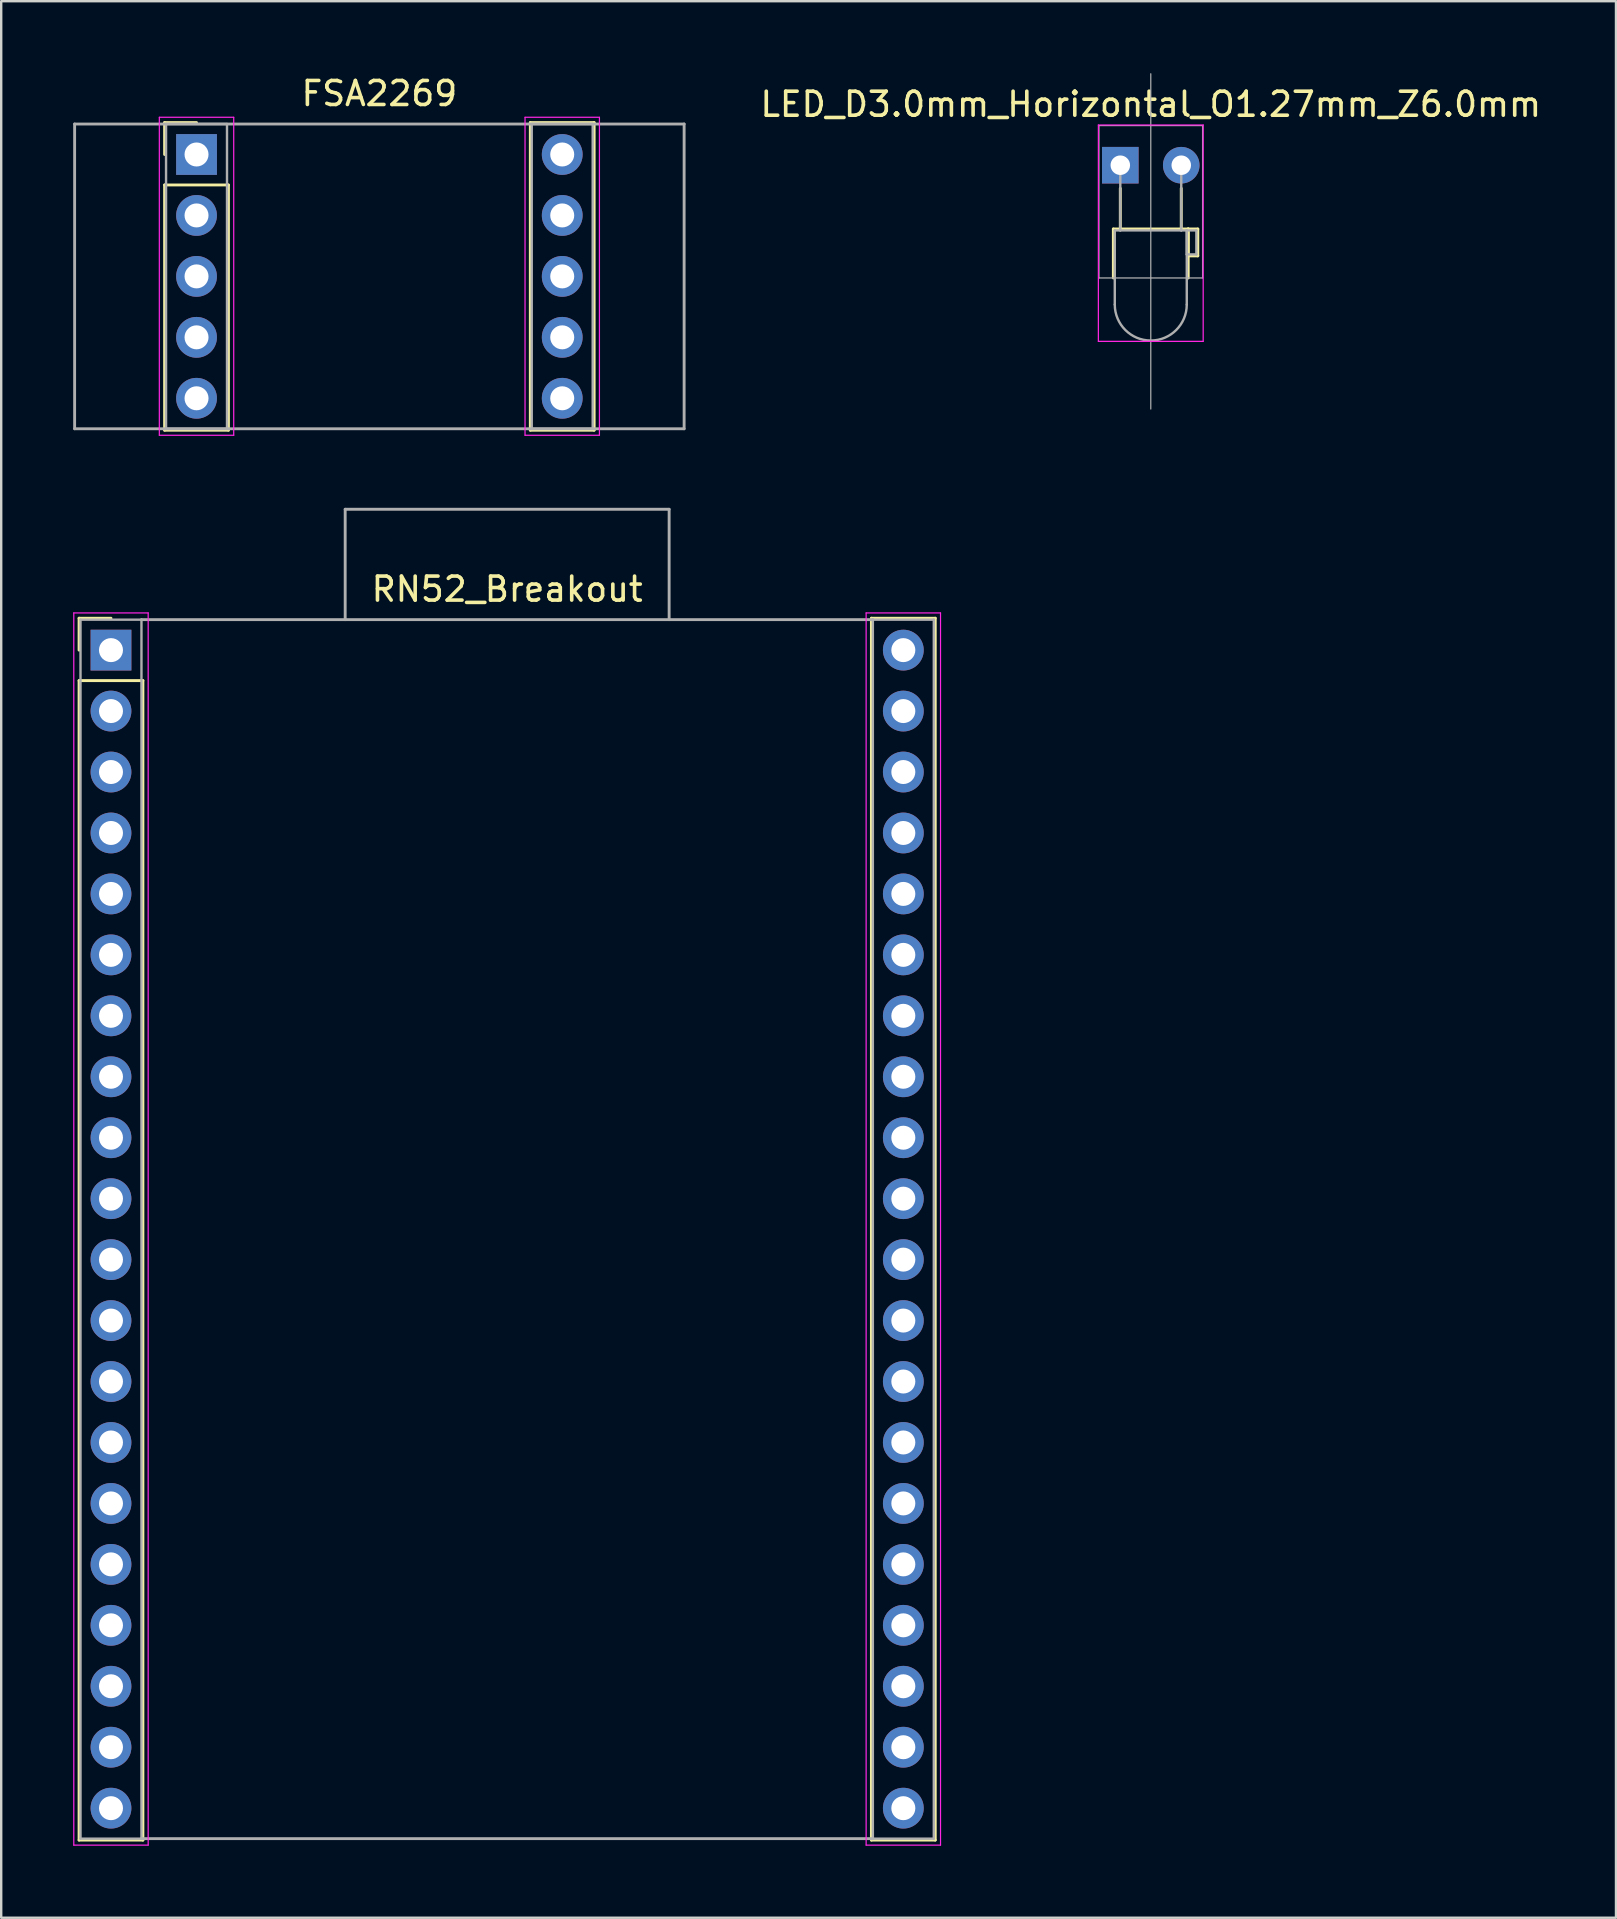
<source format=kicad_pcb>
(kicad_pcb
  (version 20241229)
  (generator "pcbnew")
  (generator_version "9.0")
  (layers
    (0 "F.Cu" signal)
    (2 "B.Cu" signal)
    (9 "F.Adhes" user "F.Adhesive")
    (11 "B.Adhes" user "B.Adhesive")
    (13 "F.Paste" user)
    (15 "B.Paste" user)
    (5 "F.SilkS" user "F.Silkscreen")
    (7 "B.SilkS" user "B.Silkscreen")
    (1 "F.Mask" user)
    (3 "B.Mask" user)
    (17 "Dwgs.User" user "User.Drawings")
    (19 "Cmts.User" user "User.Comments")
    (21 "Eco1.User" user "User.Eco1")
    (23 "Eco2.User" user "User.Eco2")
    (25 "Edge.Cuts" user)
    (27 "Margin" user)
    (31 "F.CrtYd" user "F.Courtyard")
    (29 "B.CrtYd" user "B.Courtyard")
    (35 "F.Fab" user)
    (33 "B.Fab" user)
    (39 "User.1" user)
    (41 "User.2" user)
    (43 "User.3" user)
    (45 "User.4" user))
  (footprint "RN52_Breakout"
    (layer "F.Cu")
    (at 18.085 24.043)
    (property "Reference" "RN52_Breakout" (at 0 -2.54 0) (layer "F.SilkS") (effects (font (size 1 1) (thickness 0.15))))
    (attr through_hole)
    (fp_line (start -17.84 -1.33) (end -16.51 -1.33) (stroke (width 0.12) (type solid)) (layer "F.SilkS"))
    (fp_line (start -17.84 0) (end -17.84 -1.33) (stroke (width 0.12) (type solid)) (layer "F.SilkS"))
    (fp_line (start -17.84 1.27) (end -17.84 49.59) (stroke (width 0.12) (type solid)) (layer "F.SilkS"))
    (fp_line (start -17.84 49.59) (end -15.18 49.59) (stroke (width 0.12) (type solid)) (layer "F.SilkS"))
    (fp_line (start -15.18 1.27) (end -17.84 1.27) (stroke (width 0.12) (type solid)) (layer "F.SilkS"))
    (fp_line (start -15.18 49.59) (end -15.18 1.27) (stroke (width 0.12) (type solid)) (layer "F.SilkS"))
    (fp_line (start 15.18 -1.33) (end 15.18 49.59) (stroke (width 0.12) (type solid)) (layer "F.SilkS"))
    (fp_line (start 15.18 49.59) (end 17.84 49.59) (stroke (width 0.12) (type solid)) (layer "F.SilkS"))
    (fp_line (start 17.84 -1.33) (end 15.18 -1.33) (stroke (width 0.12) (type solid)) (layer "F.SilkS"))
    (fp_line (start 17.84 49.59) (end 17.84 -1.33) (stroke (width 0.12) (type solid)) (layer "F.SilkS"))
    (fp_line (start -18.06 -1.55) (end -18.06 49.8) (stroke (width 0.05) (type solid)) (layer "F.CrtYd"))
    (fp_line (start -18.06 49.8) (end -14.96 49.8) (stroke (width 0.05) (type solid)) (layer "F.CrtYd"))
    (fp_line (start -14.96 -1.55) (end -18.06 -1.55) (stroke (width 0.05) (type solid)) (layer "F.CrtYd"))
    (fp_line (start -14.96 49.8) (end -14.96 -1.55) (stroke (width 0.05) (type solid)) (layer "F.CrtYd"))
    (fp_line (start 14.96 -1.55) (end 14.96 49.8) (stroke (width 0.05) (type solid)) (layer "F.CrtYd"))
    (fp_line (start 14.96 49.8) (end 18.06 49.8) (stroke (width 0.05) (type solid)) (layer "F.CrtYd"))
    (fp_line (start 18.06 -1.55) (end 14.96 -1.55) (stroke (width 0.05) (type solid)) (layer "F.CrtYd"))
    (fp_line (start 18.06 49.8) (end 18.06 -1.55) (stroke (width 0.05) (type solid)) (layer "F.CrtYd"))
    (fp_line (start -17.78 -1.27) (end -17.78 49.53) (stroke (width 0.1) (type solid)) (layer "F.Fab"))
    (fp_line (start -17.78 49.53) (end -15.24 49.53) (stroke (width 0.1) (type solid)) (layer "F.Fab"))
    (fp_line (start -15.24 -1.27) (end -17.78 -1.27) (stroke (width 0.1) (type solid)) (layer "F.Fab"))
    (fp_line (start -15.24 -1.27) (end 15.24 -1.27) (stroke (width 0.12) (type solid)) (layer "F.Fab"))
    (fp_line (start -15.24 49.53) (end -15.24 -1.27) (stroke (width 0.1) (type solid)) (layer "F.Fab"))
    (fp_line (start -15.24 49.53) (end 15.24 49.53) (stroke (width 0.12) (type solid)) (layer "F.Fab"))
    (fp_line (start -6.75 -5.87) (end -6.75 -1.27) (stroke (width 0.12) (type solid)) (layer "F.Fab"))
    (fp_line (start -6.75 -5.87) (end 6.75 -5.87) (stroke (width 0.12) (type solid)) (layer "F.Fab"))
    (fp_line (start 6.75 -5.87) (end 6.75 -1.27) (stroke (width 0.12) (type solid)) (layer "F.Fab"))
    (fp_line (start 15.24 -1.27) (end 15.24 49.53) (stroke (width 0.1) (type solid)) (layer "F.Fab"))
    (fp_line (start 15.24 49.53) (end 17.78 49.53) (stroke (width 0.1) (type solid)) (layer "F.Fab"))
    (fp_line (start 17.78 -1.27) (end 15.24 -1.27) (stroke (width 0.1) (type solid)) (layer "F.Fab"))
    (fp_line (start 17.78 49.53) (end 17.78 -1.27) (stroke (width 0.1) (type solid)) (layer "F.Fab"))
    (pad "1" thru_hole rect (at -16.51 0) (size 1.7 1.7) (drill 1) (layers "*.Cu" "*.Mask"))
    (pad "2" thru_hole oval (at -16.51 2.54) (size 1.7 1.7) (drill 1) (layers "*.Cu" "*.Mask"))
    (pad "3" thru_hole oval (at -16.51 5.08) (size 1.7 1.7) (drill 1) (layers "*.Cu" "*.Mask"))
    (pad "4" thru_hole oval (at -16.51 7.62) (size 1.7 1.7) (drill 1) (layers "*.Cu" "*.Mask"))
    (pad "5" thru_hole oval (at -16.51 10.16) (size 1.7 1.7) (drill 1) (layers "*.Cu" "*.Mask"))
    (pad "6" thru_hole oval (at -16.51 12.7) (size 1.7 1.7) (drill 1) (layers "*.Cu" "*.Mask"))
    (pad "7" thru_hole oval (at -16.51 15.24) (size 1.7 1.7) (drill 1) (layers "*.Cu" "*.Mask"))
    (pad "8" thru_hole oval (at -16.51 17.78) (size 1.7 1.7) (drill 1) (layers "*.Cu" "*.Mask"))
    (pad "9" thru_hole oval (at -16.51 20.32) (size 1.7 1.7) (drill 1) (layers "*.Cu" "*.Mask"))
    (pad "10" thru_hole oval (at -16.51 22.86) (size 1.7 1.7) (drill 1) (layers "*.Cu" "*.Mask"))
    (pad "11" thru_hole oval (at -16.51 25.4) (size 1.7 1.7) (drill 1) (layers "*.Cu" "*.Mask"))
    (pad "12" thru_hole oval (at -16.51 27.94) (size 1.7 1.7) (drill 1) (layers "*.Cu" "*.Mask"))
    (pad "13" thru_hole oval (at -16.51 30.48) (size 1.7 1.7) (drill 1) (layers "*.Cu" "*.Mask"))
    (pad "14" thru_hole oval (at -16.51 33.02) (size 1.7 1.7) (drill 1) (layers "*.Cu" "*.Mask"))
    (pad "15" thru_hole oval (at -16.51 35.56) (size 1.7 1.7) (drill 1) (layers "*.Cu" "*.Mask"))
    (pad "16" thru_hole oval (at -16.51 38.1) (size 1.7 1.7) (drill 1) (layers "*.Cu" "*.Mask"))
    (pad "17" thru_hole oval (at -16.51 40.64) (size 1.7 1.7) (drill 1) (layers "*.Cu" "*.Mask"))
    (pad "18" thru_hole oval (at -16.51 43.18) (size 1.7 1.7) (drill 1) (layers "*.Cu" "*.Mask"))
    (pad "19" thru_hole oval (at -16.51 45.72) (size 1.7 1.7) (drill 1) (layers "*.Cu" "*.Mask"))
    (pad "20" thru_hole oval (at -16.51 48.26) (size 1.7 1.7) (drill 1) (layers "*.Cu" "*.Mask"))
    (pad "21" thru_hole oval (at 16.51 48.26) (size 1.7 1.7) (drill 1) (layers "*.Cu" "*.Mask"))
    (pad "22" thru_hole oval (at 16.51 45.72) (size 1.7 1.7) (drill 1) (layers "*.Cu" "*.Mask"))
    (pad "23" thru_hole oval (at 16.51 43.18) (size 1.7 1.7) (drill 1) (layers "*.Cu" "*.Mask"))
    (pad "24" thru_hole oval (at 16.51 40.64) (size 1.7 1.7) (drill 1) (layers "*.Cu" "*.Mask"))
    (pad "25" thru_hole oval (at 16.51 38.1) (size 1.7 1.7) (drill 1) (layers "*.Cu" "*.Mask"))
    (pad "26" thru_hole oval (at 16.51 35.56) (size 1.7 1.7) (drill 1) (layers "*.Cu" "*.Mask"))
    (pad "27" thru_hole oval (at 16.51 33.02) (size 1.7 1.7) (drill 1) (layers "*.Cu" "*.Mask"))
    (pad "28" thru_hole oval (at 16.51 30.48) (size 1.7 1.7) (drill 1) (layers "*.Cu" "*.Mask"))
    (pad "29" thru_hole oval (at 16.51 27.94) (size 1.7 1.7) (drill 1) (layers "*.Cu" "*.Mask"))
    (pad "30" thru_hole oval (at 16.51 25.4) (size 1.7 1.7) (drill 1) (layers "*.Cu" "*.Mask"))
    (pad "31" thru_hole oval (at 16.51 22.86) (size 1.7 1.7) (drill 1) (layers "*.Cu" "*.Mask"))
    (pad "32" thru_hole oval (at 16.51 20.32) (size 1.7 1.7) (drill 1) (layers "*.Cu" "*.Mask"))
    (pad "33" thru_hole oval (at 16.51 17.78) (size 1.7 1.7) (drill 1) (layers "*.Cu" "*.Mask"))
    (pad "34" thru_hole oval (at 16.51 15.24) (size 1.7 1.7) (drill 1) (layers "*.Cu" "*.Mask"))
    (pad "35" thru_hole oval (at 16.51 12.7) (size 1.7 1.7) (drill 1) (layers "*.Cu" "*.Mask"))
    (pad "36" thru_hole oval (at 16.51 10.16) (size 1.7 1.7) (drill 1) (layers "*.Cu" "*.Mask"))
    (pad "37" thru_hole oval (at 16.51 7.62) (size 1.7 1.7) (drill 1) (layers "*.Cu" "*.Mask"))
    (pad "38" thru_hole oval (at 16.51 5.08) (size 1.7 1.7) (drill 1) (layers "*.Cu" "*.Mask"))
    (pad "39" thru_hole oval (at 16.51 2.54) (size 1.7 1.7) (drill 1) (layers "*.Cu" "*.Mask"))
    (pad "40" thru_hole circle (at 16.51 0) (size 1.7 1.7) (drill 1) (layers "*.Cu" "*.Mask")))
  (footprint "FSA2269"
    (layer "F.Cu")
    (at 12.76 3.388)
    (property "Reference" "FSA2269" (at 0 -2.54 0) (layer "F.SilkS") (effects (font (size 1 1) (thickness 0.15))))
    (attr through_hole)
    (fp_line (start -8.95 -1.33) (end -7.62 -1.33) (stroke (width 0.12) (type solid)) (layer "F.SilkS"))
    (fp_line (start -8.95 0) (end -8.95 -1.33) (stroke (width 0.12) (type solid)) (layer "F.SilkS"))
    (fp_line (start -8.95 1.27) (end -8.95 11.49) (stroke (width 0.12) (type solid)) (layer "F.SilkS"))
    (fp_line (start -8.95 11.49) (end -6.29 11.49) (stroke (width 0.12) (type solid)) (layer "F.SilkS"))
    (fp_line (start -6.29 1.27) (end -8.95 1.27) (stroke (width 0.12) (type solid)) (layer "F.SilkS"))
    (fp_line (start -6.29 11.49) (end -6.29 1.27) (stroke (width 0.12) (type solid)) (layer "F.SilkS"))
    (fp_line (start 6.29 -1.33) (end 6.29 11.49) (stroke (width 0.12) (type solid)) (layer "F.SilkS"))
    (fp_line (start 6.29 11.49) (end 8.95 11.49) (stroke (width 0.12) (type solid)) (layer "F.SilkS"))
    (fp_line (start 8.95 -1.33) (end 6.29 -1.33) (stroke (width 0.12) (type solid)) (layer "F.SilkS"))
    (fp_line (start 8.95 11.49) (end 8.95 -1.33) (stroke (width 0.12) (type solid)) (layer "F.SilkS"))
    (fp_line (start -9.17 -1.55) (end -9.17 11.7) (stroke (width 0.05) (type solid)) (layer "F.CrtYd"))
    (fp_line (start -9.17 11.7) (end -6.07 11.7) (stroke (width 0.05) (type solid)) (layer "F.CrtYd"))
    (fp_line (start -6.07 -1.55) (end -9.17 -1.55) (stroke (width 0.05) (type solid)) (layer "F.CrtYd"))
    (fp_line (start -6.07 11.7) (end -6.07 -1.55) (stroke (width 0.05) (type solid)) (layer "F.CrtYd"))
    (fp_line (start 6.07 -1.55) (end 6.07 11.7) (stroke (width 0.05) (type solid)) (layer "F.CrtYd"))
    (fp_line (start 6.07 11.7) (end 9.17 11.7) (stroke (width 0.05) (type solid)) (layer "F.CrtYd"))
    (fp_line (start 9.17 -1.55) (end 6.07 -1.55) (stroke (width 0.05) (type solid)) (layer "F.CrtYd"))
    (fp_line (start 9.17 11.7) (end 9.17 -1.55) (stroke (width 0.05) (type solid)) (layer "F.CrtYd"))
    (fp_line (start -12.7 -1.27) (end 12.7 -1.27) (stroke (width 0.12) (type solid)) (layer "F.Fab"))
    (fp_line (start -12.7 11.43) (end -12.7 -1.27) (stroke (width 0.12) (type solid)) (layer "F.Fab"))
    (fp_line (start -8.89 -1.27) (end -8.89 11.43) (stroke (width 0.1) (type solid)) (layer "F.Fab"))
    (fp_line (start -8.89 11.43) (end -6.35 11.43) (stroke (width 0.1) (type solid)) (layer "F.Fab"))
    (fp_line (start -6.35 -1.27) (end -8.89 -1.27) (stroke (width 0.1) (type solid)) (layer "F.Fab"))
    (fp_line (start -6.35 11.43) (end -6.35 -1.27) (stroke (width 0.1) (type solid)) (layer "F.Fab"))
    (fp_line (start 6.35 -1.27) (end 6.35 11.43) (stroke (width 0.1) (type solid)) (layer "F.Fab"))
    (fp_line (start 6.35 11.43) (end 8.89 11.43) (stroke (width 0.1) (type solid)) (layer "F.Fab"))
    (fp_line (start 8.89 -1.27) (end 6.35 -1.27) (stroke (width 0.1) (type solid)) (layer "F.Fab"))
    (fp_line (start 8.89 11.43) (end 8.89 -1.27) (stroke (width 0.1) (type solid)) (layer "F.Fab"))
    (fp_line (start 12.7 -1.27) (end 12.7 11.43) (stroke (width 0.12) (type solid)) (layer "F.Fab"))
    (fp_line (start 12.7 11.43) (end -12.7 11.43) (stroke (width 0.12) (type solid)) (layer "F.Fab"))
    (pad "1" thru_hole rect (at -7.62 0) (size 1.7 1.7) (drill 1) (layers "*.Cu" "*.Mask"))
    (pad "2" thru_hole oval (at -7.62 2.54) (size 1.7 1.7) (drill 1) (layers "*.Cu" "*.Mask"))
    (pad "3" thru_hole oval (at -7.62 5.08) (size 1.7 1.7) (drill 1) (layers "*.Cu" "*.Mask"))
    (pad "4" thru_hole oval (at -7.62 7.62) (size 1.7 1.7) (drill 1) (layers "*.Cu" "*.Mask"))
    (pad "5" thru_hole oval (at -7.62 10.16) (size 1.7 1.7) (drill 1) (layers "*.Cu" "*.Mask"))
    (pad "6" thru_hole oval (at 7.62 10.16) (size 1.7 1.7) (drill 1) (layers "*.Cu" "*.Mask"))
    (pad "7" thru_hole oval (at 7.62 7.62) (size 1.7 1.7) (drill 1) (layers "*.Cu" "*.Mask"))
    (pad "8" thru_hole oval (at 7.62 5.08) (size 1.7 1.7) (drill 1) (layers "*.Cu" "*.Mask"))
    (pad "9" thru_hole oval (at 7.62 2.54) (size 1.7 1.7) (drill 1) (layers "*.Cu" "*.Mask"))
    (pad "10" thru_hole circle (at 7.62 0) (size 1.7 1.7) (drill 1) (layers "*.Cu" "*.Mask")))
  (footprint "LED_D3.0mm_Horizontal_O1.27mm_Z6.0mm"
    (layer "F.Cu")
    (at 43.637 3.835)
    (property "Reference" "LED_D3.0mm_Horizontal_O1.27mm_Z6.0mm" (at 1.27 -2.54 0) (layer "F.SilkS") (effects (font (size 1 1) (thickness 0.15))))
    (attr through_hole)
    (fp_line (start -0.29 2.658) (end -0.29 4.699) (stroke (width 0.12) (type solid)) (layer "F.SilkS"))
    (fp_line (start -0.29 2.658) (end 2.83 2.658) (stroke (width 0.12) (type solid)) (layer "F.SilkS"))
    (fp_line (start 0 2.658) (end 0 2.658) (stroke (width 0.12) (type solid)) (layer "F.SilkS"))
    (fp_line (start 0 2.667) (end 0 0.965) (stroke (width 0.12) (type solid)) (layer "F.SilkS"))
    (fp_line (start 2.54 2.658) (end 2.54 2.658) (stroke (width 0.12) (type solid)) (layer "F.SilkS"))
    (fp_line (start 2.54 2.667) (end 2.54 0.965) (stroke (width 0.12) (type solid)) (layer "F.SilkS"))
    (fp_line (start 2.83 2.658) (end 2.83 4.699) (stroke (width 0.12) (type solid)) (layer "F.SilkS"))
    (fp_line (start 2.83 2.658) (end 3.23 2.658) (stroke (width 0.12) (type solid)) (layer "F.SilkS"))
    (fp_line (start 2.83 3.778) (end 2.83 2.658) (stroke (width 0.12) (type solid)) (layer "F.SilkS"))
    (fp_line (start 3.23 2.658) (end 3.23 3.778) (stroke (width 0.12) (type solid)) (layer "F.SilkS"))
    (fp_line (start 3.23 3.778) (end 2.83 3.778) (stroke (width 0.12) (type solid)) (layer "F.SilkS"))
    (fp_line (start -0.914 -1.676) (end -0.914 7.341) (stroke (width 0.051) (type solid)) (layer "F.CrtYd"))
    (fp_line (start -0.914 7.341) (end 3.454 7.341) (stroke (width 0.051) (type solid)) (layer "F.CrtYd"))
    (fp_line (start 3.454 -1.676) (end -0.914 -1.676) (stroke (width 0.051) (type solid)) (layer "F.CrtYd"))
    (fp_line (start 3.454 7.341) (end 3.454 -1.676) (stroke (width 0.051) (type solid)) (layer "F.CrtYd"))
    (fp_line (start -0.889 -1.651) (end 3.429 -1.651) (stroke (width 0.051) (type solid)) (layer "F.Fab"))
    (fp_line (start -0.889 4.699) (end -0.889 -1.651) (stroke (width 0.051) (type solid)) (layer "F.Fab"))
    (fp_line (start -0.889 4.699) (end 3.429 4.699) (stroke (width 0.051) (type solid)) (layer "F.Fab"))
    (fp_line (start -0.23 2.718) (end -0.23 5.807) (stroke (width 0.1) (type solid)) (layer "F.Fab"))
    (fp_line (start -0.23 2.718) (end 2.77 2.718) (stroke (width 0.1) (type solid)) (layer "F.Fab"))
    (fp_line (start 0 0) (end 0 0) (stroke (width 0.1) (type solid)) (layer "F.Fab"))
    (fp_line (start 0 2.718) (end 0 0) (stroke (width 0.1) (type solid)) (layer "F.Fab"))
    (fp_line (start 0 2.718) (end 0 2.718) (stroke (width 0.1) (type solid)) (layer "F.Fab"))
    (fp_line (start 1.27 -3.81) (end 1.27 10.16) (stroke (width 0.051) (type solid)) (layer "F.Fab"))
    (fp_line (start 2.54 0) (end 2.54 0) (stroke (width 0.1) (type solid)) (layer "F.Fab"))
    (fp_line (start 2.54 2.718) (end 2.54 0) (stroke (width 0.1) (type solid)) (layer "F.Fab"))
    (fp_line (start 2.54 2.718) (end 2.54 2.718) (stroke (width 0.1) (type solid)) (layer "F.Fab"))
    (fp_line (start 2.77 2.718) (end 2.77 5.807) (stroke (width 0.1) (type solid)) (layer "F.Fab"))
    (fp_line (start 2.77 2.718) (end 3.17 2.718) (stroke (width 0.1) (type solid)) (layer "F.Fab"))
    (fp_line (start 2.77 3.718) (end 2.77 2.718) (stroke (width 0.1) (type solid)) (layer "F.Fab"))
    (fp_line (start 3.17 2.718) (end 3.17 3.718) (stroke (width 0.1) (type solid)) (layer "F.Fab"))
    (fp_line (start 3.17 3.718) (end 2.77 3.718) (stroke (width 0.1) (type solid)) (layer "F.Fab"))
    (fp_line (start 3.429 -1.651) (end 3.429 4.699) (stroke (width 0.051) (type solid)) (layer "F.Fab"))
    (fp_arc (start 2.77 5.8066) (mid 1.27 7.3066) (end -0.23 5.8066) (stroke (width 0.1) (type solid)) (layer "F.Fab"))
    (pad "1" thru_hole rect (at 0 0) (size 1.524 1.524) (drill 0.813) (layers "*.Cu" "*.Mask"))
    (pad "2" thru_hole circle (at 2.54 0) (size 1.524 1.524) (drill 0.813) (layers "*.Cu" "*.Mask")))
  (gr_rect
    (start -3 -3)
    (end 64.294 76.868)
    (stroke (width 0.1) (type default))
    (fill no)
    (layer "Edge.Cuts")))
</source>
